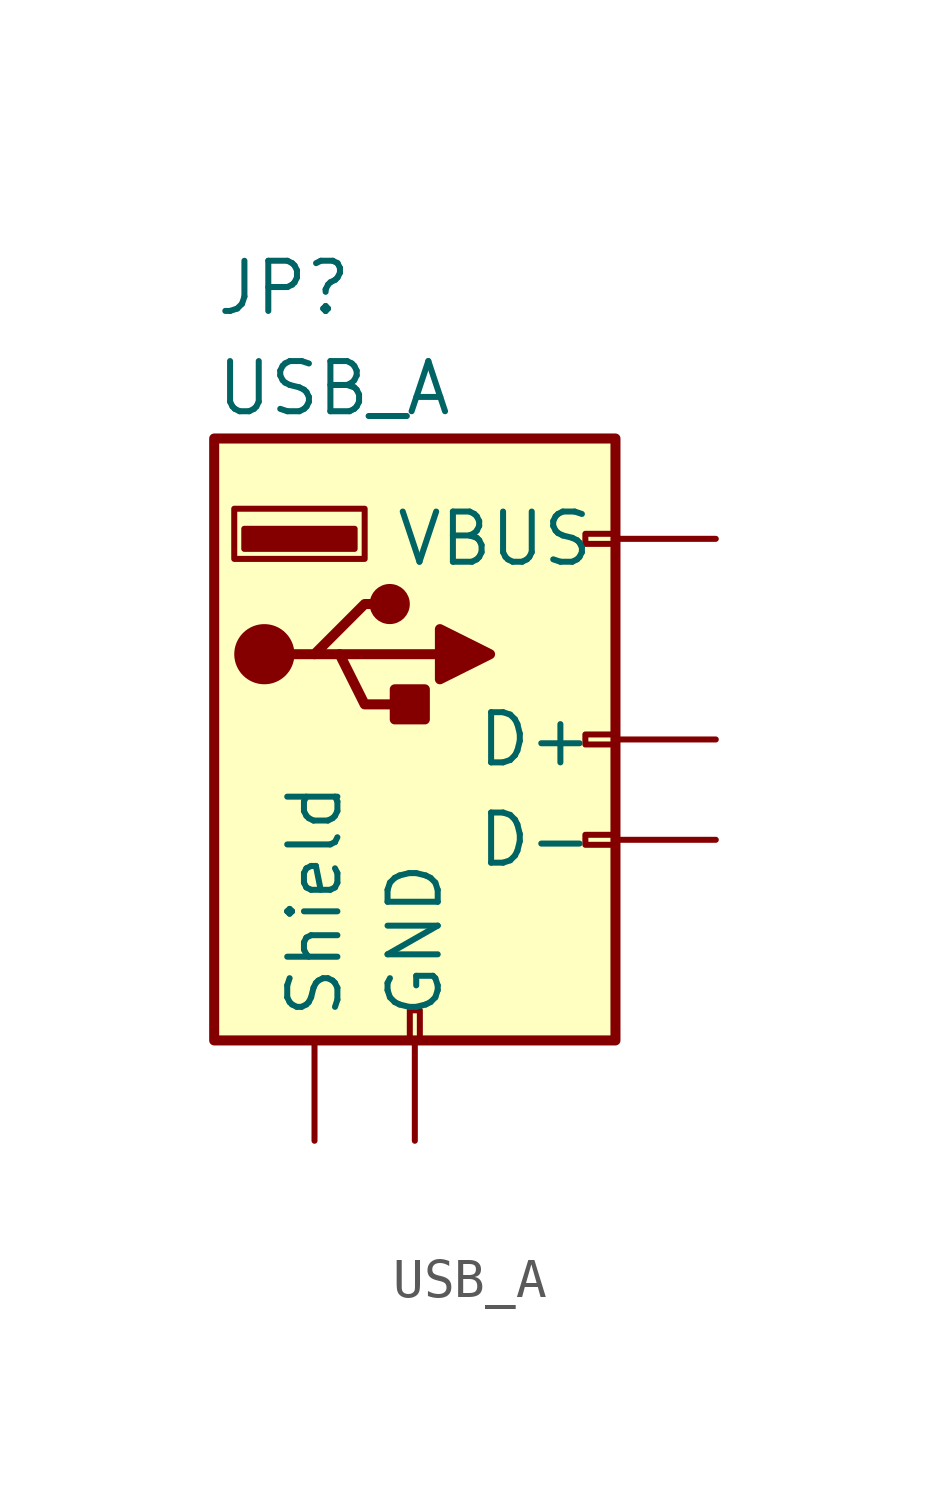
<source format=kicad_sym>
(kicad_symbol_lib
  (version 20211014)
  (generator kicad_symbol_editor)
  (symbol "USB_A"
    (pin_numbers hide)
    (property "Reference" "JP"
      (at -5.08 11.43 0)
      (effects (font (size 1.27 1.27)) (justify left)))
    (property "Value" "USB_A"
      (at -5.08 8.89 0)
      (effects (font (size 1.27 1.27)) (justify left)))
    (symbol "USB_A_0_1"
      (rectangle (start -5.08 -7.62) (end 5.08 7.62) (stroke (width 0.254) (type default) (color 0 0 0 0)) (fill (type background)))
      (circle (center -3.81 2.159) (radius 0.635) (stroke (width 0.254) (type default) (color 0 0 0 0)) (fill (type outline)))
      (rectangle (start -1.524 4.826) (end -4.318 5.334) (stroke (width 0) (type default) (color 0 0 0 0)) (fill (type outline)))
      (rectangle (start -1.27 4.572) (end -4.572 5.842) (stroke (width 0) (type default) (color 0 0 0 0)) (fill (type none)))
      (circle (center -0.635 3.429) (radius 0.381) (stroke (width 0.254) (type default) (color 0 0 0 0)) (fill (type outline)))
      (rectangle (start -0.127 -7.62) (end 0.127 -6.858) (stroke (width 0) (type default) (color 0 0 0 0)) (fill (type none)))
      (polyline (pts (xy -3.175 2.159) (xy -2.54 2.159) (xy -1.27 3.429) (xy -0.635 3.429)) (stroke (width 0.254) (type default) (color 0 0 0 0)) (fill (type none)))
      (polyline (pts (xy -2.54 2.159) (xy -1.905 2.159) (xy -1.27 0.889) (xy 0 0.889)) (stroke (width 0.254) (type default) (color 0 0 0 0)) (fill (type none)))
      (polyline (pts (xy 0.635 2.794) (xy 0.635 1.524) (xy 1.905 2.159) (xy 0.635 2.794)) (stroke (width 0.254) (type default) (color 0 0 0 0)) (fill (type outline)))
      (rectangle (start 0.254 1.27) (end -0.508 0.508) (stroke (width 0.254) (type default) (color 0 0 0 0)) (fill (type outline)))
      (rectangle (start 5.08 -2.667) (end 4.318 -2.413) (stroke (width 0) (type default) (color 0 0 0 0)) (fill (type none)))
      (rectangle (start 5.08 -0.127) (end 4.318 0.127) (stroke (width 0) (type default) (color 0 0 0 0)) (fill (type none)))
      (rectangle (start 5.08 4.953) (end 4.318 5.207) (stroke (width 0) (type default) (color 0 0 0 0)) (fill (type none))))
    (symbol "USB_A_1_1"
      (polyline (pts (xy -1.905 2.159) (xy 0.635 2.159)) (stroke (width 0.254) (type default) (color 0 0 0 0)) (fill (type none)))
      (pin power_in line (at 7.62 5.08 180) (length 2.54) (name "VBUS" (effects (font (size 1.27 1.27)))) (number "1" (effects (font (size 1.27 1.27)))))
      (pin bidirectional line (at 7.62 -2.54 180) (length 2.54) (name "D-" (effects (font (size 1.27 1.27)))) (number "2" (effects (font (size 1.27 1.27)))))
      (pin bidirectional line (at 7.62 0 180) (length 2.54) (name "D+" (effects (font (size 1.27 1.27)))) (number "3" (effects (font (size 1.27 1.27)))))
      (pin power_in line (at 0 -10.16 90) (length 2.54) (name "GND" (effects (font (size 1.27 1.27)))) (number "4" (effects (font (size 1.27 1.27)))))
      (pin passive line (at -2.54 -10.16 90) (length 2.54) (name "Shield" (effects (font (size 1.27 1.27)))) (number "SHIELD" (effects (font (size 1.27 1.27))))))))
</source>
